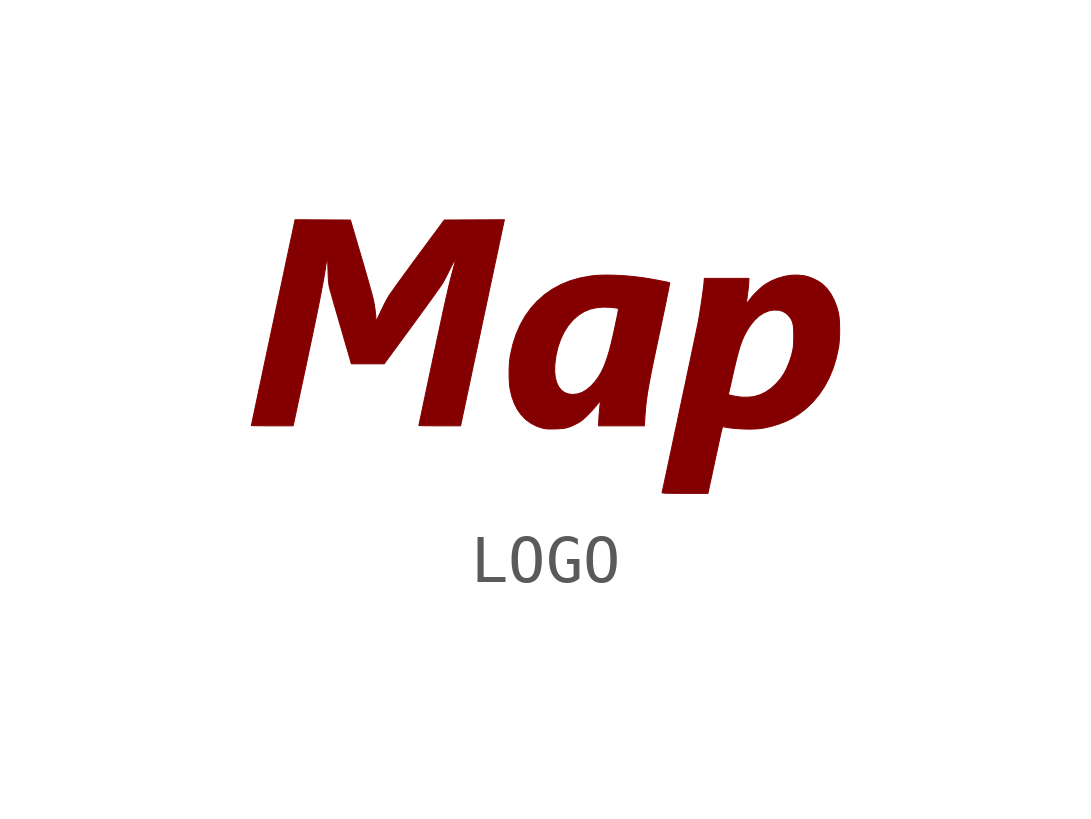
<source format=kicad_sym>
(kicad_symbol_lib
  (version 20210619)
  (generator bitmap2component)
  (symbol "LOGO"
    (pin_names
      (offset 1.016))
    (property "Reference" "#G"
      (at 0 2.216 0)
      (effects (font (size 1.27 1.27)) hide))
    (symbol "LOGO_0_0"
      (polyline (pts (xy 3.482 -2.388) (xy 3.506 -2.278) (xy 3.53 -2.163) (xy 3.555 -2.049) (xy 3.579 -1.94) (xy 3.6 -1.841) (xy 3.618 -1.757) (xy 3.632 -1.69) (xy 3.635 -1.676) (xy 3.652 -1.598) (xy 3.666 -1.54) (xy 3.677 -1.5) (xy 3.686 -1.475) (xy 3.693 -1.462) (xy 3.7 -1.46) (xy 3.729 -1.468) (xy 3.8 -1.481) (xy 3.887 -1.492) (xy 3.985 -1.501) (xy 4.089 -1.508) (xy 4.194 -1.511) (xy 4.295 -1.511) (xy 4.387 -1.508) (xy 4.465 -1.501) (xy 4.538 -1.491) (xy 4.701 -1.455) (xy 4.864 -1.405) (xy 5.02 -1.344) (xy 5.16 -1.273) (xy 5.259 -1.211) (xy 5.419 -1.091) (xy 5.564 -0.953) (xy 5.695 -0.798) (xy 5.81 -0.627) (xy 5.909 -0.442) (xy 5.992 -0.242) (xy 6.057 -0.029) (xy 6.105 0.197) (xy 6.106 0.202) (xy 6.115 0.277) (xy 6.122 0.366) (xy 6.126 0.463) (xy 6.127 0.564) (xy 6.125 0.663) (xy 6.121 0.754) (xy 6.114 0.833) (xy 6.105 0.893) (xy 6.074 1.014) (xy 6.018 1.165) (xy 5.949 1.298) (xy 5.865 1.414) (xy 5.767 1.511) (xy 5.732 1.538) (xy 5.657 1.583) (xy 5.572 1.625) (xy 5.483 1.659) (xy 5.399 1.682) (xy 5.264 1.698) (xy 5.122 1.695) (xy 4.978 1.672) (xy 4.835 1.631) (xy 4.698 1.574) (xy 4.571 1.5) (xy 4.512 1.455) (xy 4.441 1.393) (xy 4.37 1.324) (xy 4.305 1.253) (xy 4.253 1.188) (xy 4.242 1.173) (xy 4.216 1.139) (xy 4.197 1.115) (xy 4.188 1.106) (xy 4.186 1.111) (xy 4.187 1.133) (xy 4.19 1.171) (xy 4.197 1.219) (xy 4.203 1.27) (xy 4.217 1.375) (xy 4.227 1.463) (xy 4.233 1.532) (xy 4.235 1.579) (xy 4.235 1.629) (xy 3.308 1.629) (xy 3.3 1.533) (xy 3.297 1.506) (xy 3.29 1.446) (xy 3.28 1.369) (xy 3.268 1.28) (xy 3.254 1.183) (xy 3.24 1.084) (xy 3.224 0.985) (xy 3.209 0.892) (xy 3.196 0.809) (xy 3.183 0.739) (xy 3.179 0.72) (xy 3.171 0.678) (xy 3.158 0.616) (xy 3.142 0.537) (xy 3.122 0.442) (xy 3.099 0.331) (xy 3.073 0.208) (xy 3.044 0.072) (xy 3.014 -0.073) (xy 2.981 -0.227) (xy 2.947 -0.389) (xy 2.912 -0.556) (xy 2.875 -0.727) (xy 2.864 -0.781) (xy 3.809 -0.781) (xy 3.813 -0.765) (xy 3.822 -0.73) (xy 3.834 -0.677) (xy 3.85 -0.609) (xy 3.868 -0.529) (xy 3.888 -0.44) (xy 3.91 -0.344) (xy 3.926 -0.272) (xy 3.96 -0.128) (xy 3.991 -0.003) (xy 4.02 0.106) (xy 4.048 0.2) (xy 4.075 0.283) (xy 4.104 0.356) (xy 4.134 0.424) (xy 4.166 0.487) (xy 4.202 0.55) (xy 4.242 0.614) (xy 4.274 0.661) (xy 4.359 0.763) (xy 4.449 0.846) (xy 4.545 0.908) (xy 4.645 0.95) (xy 4.747 0.969) (xy 4.85 0.966) (xy 4.868 0.963) (xy 4.942 0.942) (xy 5.006 0.905) (xy 5.066 0.849) (xy 5.086 0.825) (xy 5.116 0.781) (xy 5.139 0.733) (xy 5.155 0.677) (xy 5.165 0.61) (xy 5.17 0.527) (xy 5.171 0.425) (xy 5.17 0.342) (xy 5.166 0.25) (xy 5.157 0.168) (xy 5.141 0.089) (xy 5.119 0.007) (xy 5.088 -0.086) (xy 5.073 -0.128) (xy 5.02 -0.255) (xy 4.96 -0.366) (xy 4.89 -0.467) (xy 4.806 -0.563) (xy 4.702 -0.659) (xy 4.587 -0.739) (xy 4.467 -0.797) (xy 4.343 -0.833) (xy 4.32 -0.837) (xy 4.252 -0.844) (xy 4.178 -0.847) (xy 4.107 -0.847) (xy 4.049 -0.842) (xy 4.025 -0.838) (xy 3.947 -0.826) (xy 3.889 -0.815) (xy 3.849 -0.806) (xy 3.824 -0.798) (xy 3.811 -0.79) (xy 3.809 -0.781) (xy 2.864 -0.781) (xy 2.838 -0.901) (xy 2.801 -1.077) (xy 2.764 -1.252) (xy 2.728 -1.425) (xy 2.691 -1.595) (xy 2.656 -1.761) (xy 2.623 -1.92) (xy 2.59 -2.071) (xy 2.56 -2.213) (xy 2.532 -2.345) (xy 2.507 -2.464) (xy 2.484 -2.569) (xy 2.465 -2.659) (xy 2.449 -2.732) (xy 2.437 -2.787) (xy 2.429 -2.822) (xy 2.426 -2.836) (xy 2.426 -2.838) (xy 2.434 -2.841) (xy 2.454 -2.844) (xy 2.486 -2.846) (xy 2.533 -2.848) (xy 2.596 -2.849) (xy 2.677 -2.85) (xy 2.779 -2.85) (xy 2.901 -2.851) (xy 3.382 -2.851) (xy 3.482 -2.388)) (stroke (width 0.01)) (fill (type outline)))
      (polyline (pts (xy 0.198 -1.508) (xy 0.202 -1.508) (xy 0.294 -1.504) (xy 0.37 -1.497) (xy 0.437 -1.484) (xy 0.501 -1.465) (xy 0.568 -1.437) (xy 0.646 -1.398) (xy 0.663 -1.389) (xy 0.705 -1.365) (xy 0.744 -1.339) (xy 0.783 -1.307) (xy 0.829 -1.265) (xy 0.885 -1.21) (xy 0.906 -1.188) (xy 0.958 -1.135) (xy 1.006 -1.082) (xy 1.047 -1.034) (xy 1.076 -0.998) (xy 1.086 -0.985) (xy 1.111 -0.952) (xy 1.129 -0.931) (xy 1.137 -0.924) (xy 1.138 -0.93) (xy 1.137 -0.956) (xy 1.134 -0.999) (xy 1.129 -1.054) (xy 1.123 -1.118) (xy 1.12 -1.154) (xy 1.114 -1.223) (xy 1.11 -1.287) (xy 1.107 -1.34) (xy 1.105 -1.375) (xy 1.105 -1.443) (xy 2.057 -1.443) (xy 2.065 -1.323) (xy 2.067 -1.295) (xy 2.072 -1.211) (xy 2.079 -1.132) (xy 2.085 -1.056) (xy 2.093 -0.981) (xy 2.102 -0.905) (xy 2.113 -0.827) (xy 2.125 -0.745) (xy 2.14 -0.656) (xy 2.157 -0.56) (xy 2.177 -0.454) (xy 2.2 -0.335) (xy 2.226 -0.204) (xy 2.257 -0.057) (xy 2.291 0.107) (xy 2.33 0.29) (xy 2.373 0.494) (xy 2.376 0.506) (xy 2.408 0.657) (xy 2.438 0.802) (xy 2.467 0.938) (xy 2.493 1.064) (xy 2.517 1.179) (xy 2.537 1.281) (xy 2.555 1.368) (xy 2.568 1.439) (xy 2.579 1.492) (xy 2.584 1.525) (xy 2.585 1.537) (xy 2.584 1.538) (xy 2.564 1.544) (xy 2.526 1.553) (xy 2.473 1.564) (xy 2.409 1.576) (xy 2.338 1.59) (xy 2.264 1.603) (xy 2.189 1.617) (xy 2.118 1.629) (xy 2.054 1.639) (xy 2.001 1.647) (xy 1.998 1.647) (xy 1.815 1.669) (xy 1.634 1.685) (xy 1.459 1.694) (xy 1.294 1.698) (xy 1.143 1.696) (xy 1.011 1.687) (xy 0.929 1.677) (xy 0.712 1.637) (xy 0.508 1.578) (xy 0.316 1.499) (xy 0.139 1.403) (xy -0.025 1.288) (xy -0.174 1.156) (xy -0.308 1.007) (xy -0.427 0.842) (xy -0.529 0.66) (xy -0.615 0.463) (xy -0.684 0.25) (xy -0.735 0.023) (xy -0.738 0.01) (xy -0.749 -0.077) (xy -0.757 -0.178) (xy -0.761 -0.286) (xy -0.761 -0.321) (xy 0.189 -0.321) (xy 0.191 -0.187) (xy 0.194 -0.147) (xy 0.218 0.031) (xy 0.258 0.201) (xy 0.314 0.361) (xy 0.384 0.508) (xy 0.467 0.64) (xy 0.563 0.754) (xy 0.586 0.778) (xy 0.693 0.868) (xy 0.807 0.939) (xy 0.931 0.989) (xy 1.065 1.019) (xy 1.21 1.031) (xy 1.369 1.024) (xy 1.422 1.018) (xy 1.469 1.012) (xy 1.502 1.006) (xy 1.517 1.001) (xy 1.518 0.994) (xy 1.514 0.967) (xy 1.507 0.921) (xy 1.496 0.862) (xy 1.481 0.79) (xy 1.464 0.709) (xy 1.446 0.622) (xy 1.426 0.532) (xy 1.406 0.442) (xy 1.385 0.354) (xy 1.366 0.272) (xy 1.347 0.198) (xy 1.331 0.135) (xy 1.325 0.113) (xy 1.275 -0.049) (xy 1.223 -0.19) (xy 1.166 -0.314) (xy 1.103 -0.422) (xy 1.033 -0.518) (xy 0.955 -0.605) (xy 0.942 -0.618) (xy 0.85 -0.694) (xy 0.758 -0.748) (xy 0.665 -0.778) (xy 0.65 -0.781) (xy 0.552 -0.79) (xy 0.465 -0.777) (xy 0.388 -0.746) (xy 0.323 -0.695) (xy 0.27 -0.627) (xy 0.229 -0.541) (xy 0.202 -0.439) (xy 0.189 -0.321) (xy -0.761 -0.321) (xy -0.761 -0.396) (xy -0.758 -0.501) (xy -0.751 -0.595) (xy -0.741 -0.672) (xy -0.739 -0.684) (xy -0.702 -0.838) (xy -0.654 -0.973) (xy -0.594 -1.093) (xy -0.521 -1.198) (xy -0.433 -1.293) (xy -0.4 -1.323) (xy -0.3 -1.393) (xy -0.189 -1.45) (xy -0.074 -1.489) (xy -0.063 -1.492) (xy -0.023 -1.5) (xy 0.018 -1.506) (xy 0.064 -1.509) (xy 0.122 -1.509) (xy 0.198 -1.508)) (stroke (width 0.01)) (fill (type outline)))
      (polyline (pts (xy -5.255 -1.417) (xy -5.255 -1.414) (xy -5.25 -1.392) (xy -5.24 -1.349) (xy -5.227 -1.287) (xy -5.21 -1.206) (xy -5.189 -1.11) (xy -5.166 -0.999) (xy -5.139 -0.874) (xy -5.11 -0.737) (xy -5.078 -0.59) (xy -5.045 -0.433) (xy -5.01 -0.269) (xy -4.974 -0.1) (xy -4.929 0.114) (xy -4.881 0.339) (xy -4.838 0.544) (xy -4.799 0.731) (xy -4.764 0.9) (xy -4.733 1.055) (xy -4.705 1.195) (xy -4.68 1.323) (xy -4.658 1.44) (xy -4.638 1.547) (xy -4.62 1.646) (xy -4.605 1.739) (xy -4.59 1.827) (xy -4.578 1.911) (xy -4.578 1.911) (xy -4.569 1.964) (xy -4.561 2.008) (xy -4.554 2.037) (xy -4.549 2.048) (xy -4.548 2.045) (xy -4.545 2.024) (xy -4.542 1.985) (xy -4.539 1.93) (xy -4.537 1.864) (xy -4.534 1.789) (xy -4.533 1.743) (xy -4.529 1.654) (xy -4.525 1.583) (xy -4.519 1.525) (xy -4.513 1.478) (xy -4.504 1.437) (xy -4.497 1.41) (xy -4.484 1.363) (xy -4.465 1.297) (xy -4.443 1.216) (xy -4.416 1.122) (xy -4.386 1.017) (xy -4.353 0.903) (xy -4.318 0.782) (xy -4.282 0.657) (xy -4.281 0.655) (xy -4.245 0.532) (xy -4.211 0.413) (xy -4.179 0.302) (xy -4.149 0.2) (xy -4.123 0.111) (xy -4.101 0.034) (xy -4.083 -0.026) (xy -4.071 -0.068) (xy -4.065 -0.09) (xy -4.048 -0.151) (xy -3.364 -0.151) (xy -2.777 0.649) (xy -2.723 0.723) (xy -2.635 0.844) (xy -2.55 0.961) (xy -2.47 1.071) (xy -2.395 1.174) (xy -2.328 1.268) (xy -2.269 1.351) (xy -2.22 1.421) (xy -2.18 1.477) (xy -2.153 1.518) (xy -2.138 1.542) (xy -2.117 1.578) (xy -2.088 1.634) (xy -2.054 1.7) (xy -2.018 1.771) (xy -1.982 1.843) (xy -1.976 1.857) (xy -1.945 1.917) (xy -1.918 1.969) (xy -1.897 2.008) (xy -1.882 2.032) (xy -1.876 2.038) (xy -1.877 2.028) (xy -1.883 1.998) (xy -1.893 1.952) (xy -1.907 1.895) (xy -1.924 1.83) (xy -1.926 1.823) (xy -1.944 1.757) (xy -1.961 1.694) (xy -1.977 1.63) (xy -1.993 1.565) (xy -2.01 1.498) (xy -2.027 1.426) (xy -2.045 1.348) (xy -2.065 1.263) (xy -2.086 1.169) (xy -2.109 1.064) (xy -2.135 0.947) (xy -2.163 0.817) (xy -2.194 0.672) (xy -2.229 0.51) (xy -2.267 0.33) (xy -2.31 0.131) (xy -2.357 -0.09) (xy -2.379 -0.196) (xy -2.415 -0.365) (xy -2.449 -0.527) (xy -2.482 -0.68) (xy -2.512 -0.824) (xy -2.54 -0.955) (xy -2.565 -1.074) (xy -2.587 -1.179) (xy -2.606 -1.267) (xy -2.621 -1.339) (xy -2.632 -1.392) (xy -2.639 -1.425) (xy -2.641 -1.437) (xy -2.641 -1.437) (xy -2.628 -1.439) (xy -2.594 -1.44) (xy -2.542 -1.441) (xy -2.475 -1.442) (xy -2.395 -1.442) (xy -2.304 -1.443) (xy -2.206 -1.443) (xy -1.772 -1.443) (xy -1.764 -1.405) (xy -1.761 -1.39) (xy -1.753 -1.354) (xy -1.741 -1.298) (xy -1.726 -1.223) (xy -1.706 -1.131) (xy -1.683 -1.023) (xy -1.657 -0.901) (xy -1.629 -0.766) (xy -1.597 -0.619) (xy -1.564 -0.462) (xy -1.529 -0.296) (xy -1.492 -0.122) (xy -1.454 0.058) (xy -1.414 0.242) (xy -1.374 0.43) (xy -1.334 0.62) (xy -1.294 0.811) (xy -1.253 1.001) (xy -1.213 1.188) (xy -1.174 1.373) (xy -1.136 1.552) (xy -1.099 1.725) (xy -1.064 1.891) (xy -1.03 2.047) (xy -0.999 2.194) (xy -0.971 2.328) (xy -0.945 2.449) (xy -0.922 2.556) (xy -0.903 2.647) (xy -0.887 2.721) (xy -0.875 2.776) (xy -0.868 2.811) (xy -0.865 2.825) (xy -0.859 2.851) (xy -1.485 2.848) (xy -2.111 2.845) (xy -2.662 2.1) (xy -2.68 2.075) (xy -2.768 1.957) (xy -2.852 1.841) (xy -2.933 1.731) (xy -3.008 1.627) (xy -3.077 1.533) (xy -3.137 1.448) (xy -3.189 1.375) (xy -3.231 1.316) (xy -3.261 1.272) (xy -3.278 1.245) (xy -3.292 1.221) (xy -3.324 1.163) (xy -3.36 1.093) (xy -3.396 1.02) (xy -3.43 0.949) (xy -3.454 0.897) (xy -3.481 0.841) (xy -3.502 0.796) (xy -3.518 0.765) (xy -3.527 0.751) (xy -3.53 0.75) (xy -3.535 0.761) (xy -3.537 0.792) (xy -3.538 0.826) (xy -3.544 0.896) (xy -3.554 0.98) (xy -3.568 1.072) (xy -3.585 1.167) (xy -3.588 1.181) (xy -3.599 1.224) (xy -3.615 1.286) (xy -3.637 1.365) (xy -3.663 1.459) (xy -3.692 1.565) (xy -3.726 1.681) (xy -3.761 1.805) (xy -3.799 1.935) (xy -3.838 2.068) (xy -4.067 2.845) (xy -4.644 2.848) (xy -5.221 2.851) (xy -5.228 2.819) (xy -5.23 2.809) (xy -5.237 2.777) (xy -5.248 2.725) (xy -5.263 2.653) (xy -5.282 2.562) (xy -5.305 2.454) (xy -5.332 2.33) (xy -5.361 2.192) (xy -5.394 2.039) (xy -5.429 1.873) (xy -5.466 1.696) (xy -5.506 1.509) (xy -5.548 1.312) (xy -5.592 1.107) (xy -5.637 0.895) (xy -5.683 0.677) (xy -5.721 0.499) (xy -5.766 0.287) (xy -5.81 0.081) (xy -5.852 -0.116) (xy -5.892 -0.304) (xy -5.929 -0.482) (xy -5.965 -0.648) (xy -5.997 -0.801) (xy -6.027 -0.941) (xy -6.053 -1.065) (xy -6.076 -1.174) (xy -6.096 -1.266) (xy -6.111 -1.339) (xy -6.122 -1.393) (xy -6.13 -1.426) (xy -6.132 -1.438) (xy -6.132 -1.438) (xy -6.118 -1.439) (xy -6.084 -1.44) (xy -6.032 -1.441) (xy -5.965 -1.442) (xy -5.885 -1.442) (xy -5.795 -1.443) (xy -5.697 -1.443) (xy -5.262 -1.443) (xy -5.255 -1.417)) (stroke (width 0.01)) (fill (type outline))))))
</source>
